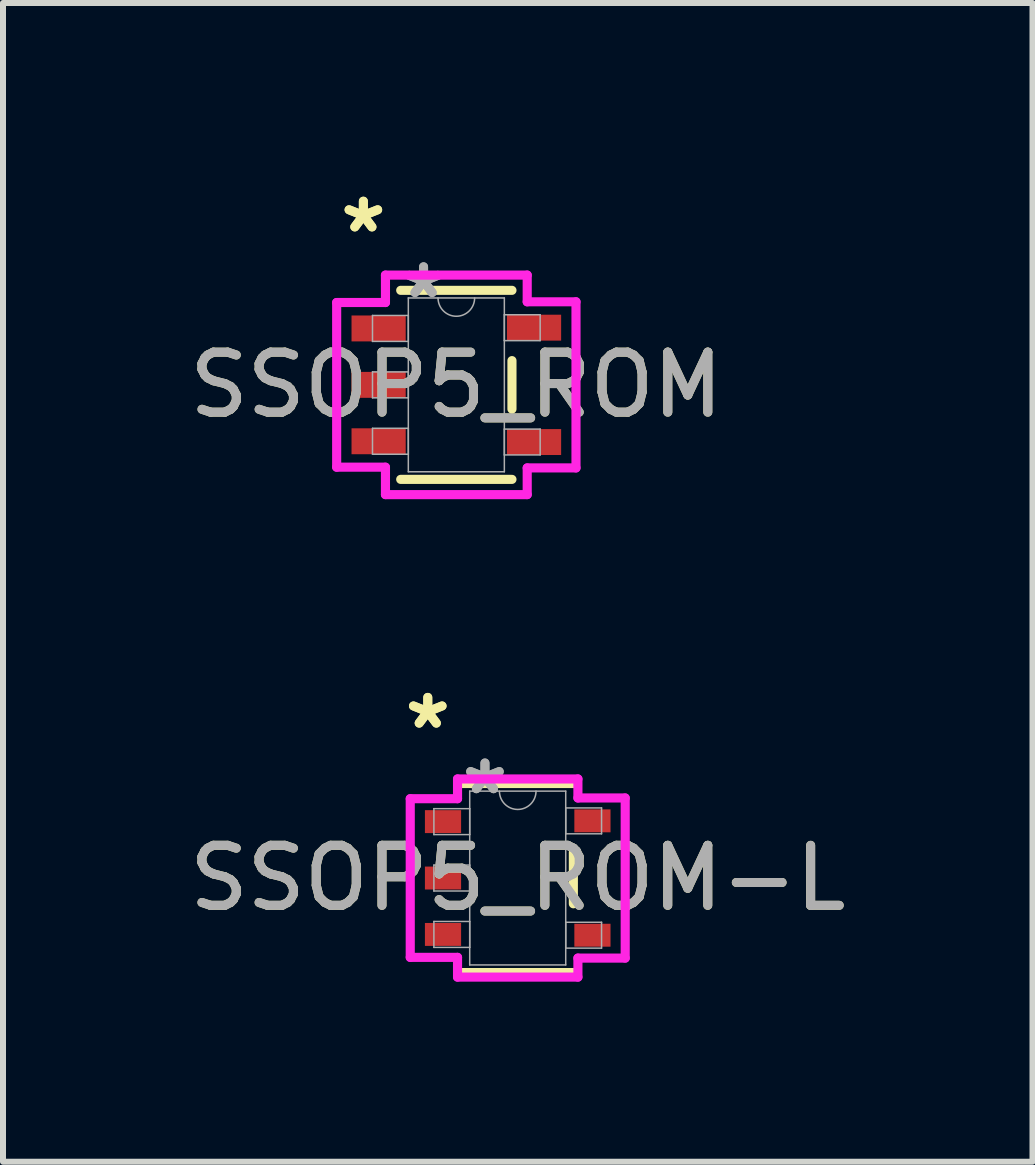
<source format=kicad_pcb>
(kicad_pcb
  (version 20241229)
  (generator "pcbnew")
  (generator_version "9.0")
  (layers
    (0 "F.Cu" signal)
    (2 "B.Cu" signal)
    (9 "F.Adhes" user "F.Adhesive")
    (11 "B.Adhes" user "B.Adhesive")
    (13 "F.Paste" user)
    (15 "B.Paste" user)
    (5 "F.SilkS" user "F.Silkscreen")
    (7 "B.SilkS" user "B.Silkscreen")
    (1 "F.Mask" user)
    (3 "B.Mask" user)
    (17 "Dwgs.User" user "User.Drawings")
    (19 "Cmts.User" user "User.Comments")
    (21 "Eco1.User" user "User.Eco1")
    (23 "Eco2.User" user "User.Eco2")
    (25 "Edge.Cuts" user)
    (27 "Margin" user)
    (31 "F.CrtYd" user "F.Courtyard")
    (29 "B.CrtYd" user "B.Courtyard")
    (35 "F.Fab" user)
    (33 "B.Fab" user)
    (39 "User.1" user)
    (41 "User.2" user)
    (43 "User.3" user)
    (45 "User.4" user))
  (footprint "SSOP5_ROM-L"
    (layer "F.Cu")
    (at 5.577 11.581)
    (property "Reference" "SSOP5_ROM-L" (at 0 0 0) (unlocked yes) (layer "F.SilkS") (effects (font (size 1 1) (thickness 0.15))))
    (attr smd)
    (fp_line (start -0.927 1.575) (end 0.927 1.575) (stroke (width 0.152) (type solid)) (layer "F.SilkS"))
    (fp_line (start 0.927 -1.575) (end -0.927 -1.575) (stroke (width 0.152) (type solid)) (layer "F.SilkS"))
    (fp_line (start 0.927 0.429) (end 0.927 -0.429) (stroke (width 0.152) (type solid)) (layer "F.SilkS"))
    (fp_line (start -1.791 -1.322) (end -1.003 -1.322) (stroke (width 0.152) (type solid)) (layer "F.CrtYd"))
    (fp_line (start -1.791 1.322) (end -1.791 -1.322) (stroke (width 0.152) (type solid)) (layer "F.CrtYd"))
    (fp_line (start -1.003 -1.651) (end 1.003 -1.651) (stroke (width 0.152) (type solid)) (layer "F.CrtYd"))
    (fp_line (start -1.003 -1.322) (end -1.003 -1.651) (stroke (width 0.152) (type solid)) (layer "F.CrtYd"))
    (fp_line (start -1.003 1.322) (end -1.791 1.322) (stroke (width 0.152) (type solid)) (layer "F.CrtYd"))
    (fp_line (start -1.003 1.651) (end -1.003 1.322) (stroke (width 0.152) (type solid)) (layer "F.CrtYd"))
    (fp_line (start 1.003 -1.651) (end 1.003 -1.334) (stroke (width 0.152) (type solid)) (layer "F.CrtYd"))
    (fp_line (start 1.003 -1.334) (end 1.791 -1.334) (stroke (width 0.152) (type solid)) (layer "F.CrtYd"))
    (fp_line (start 1.003 1.334) (end 1.003 1.651) (stroke (width 0.152) (type solid)) (layer "F.CrtYd"))
    (fp_line (start 1.003 1.651) (end -1.003 1.651) (stroke (width 0.152) (type solid)) (layer "F.CrtYd"))
    (fp_line (start 1.791 -1.334) (end 1.791 1.334) (stroke (width 0.152) (type solid)) (layer "F.CrtYd"))
    (fp_line (start 1.791 1.334) (end 1.003 1.334) (stroke (width 0.152) (type solid)) (layer "F.CrtYd"))
    (fp_line (start -1.397 -1.156) (end -1.397 -0.724) (stroke (width 0.025) (type solid)) (layer "F.Fab"))
    (fp_line (start -1.397 -0.724) (end -0.8 -0.724) (stroke (width 0.025) (type solid)) (layer "F.Fab"))
    (fp_line (start -1.397 -0.216) (end -1.397 0.216) (stroke (width 0.025) (type solid)) (layer "F.Fab"))
    (fp_line (start -1.397 0.216) (end -0.8 0.216) (stroke (width 0.025) (type solid)) (layer "F.Fab"))
    (fp_line (start -1.397 0.724) (end -1.397 1.156) (stroke (width 0.025) (type solid)) (layer "F.Fab"))
    (fp_line (start -1.397 1.156) (end -0.8 1.156) (stroke (width 0.025) (type solid)) (layer "F.Fab"))
    (fp_line (start -0.8 -1.448) (end -0.8 1.448) (stroke (width 0.025) (type solid)) (layer "F.Fab"))
    (fp_line (start -0.8 -1.156) (end -1.397 -1.156) (stroke (width 0.025) (type solid)) (layer "F.Fab"))
    (fp_line (start -0.8 -0.724) (end -0.8 -1.156) (stroke (width 0.025) (type solid)) (layer "F.Fab"))
    (fp_line (start -0.8 -0.216) (end -1.397 -0.216) (stroke (width 0.025) (type solid)) (layer "F.Fab"))
    (fp_line (start -0.8 0.216) (end -0.8 -0.216) (stroke (width 0.025) (type solid)) (layer "F.Fab"))
    (fp_line (start -0.8 0.724) (end -1.397 0.724) (stroke (width 0.025) (type solid)) (layer "F.Fab"))
    (fp_line (start -0.8 1.156) (end -0.8 0.724) (stroke (width 0.025) (type solid)) (layer "F.Fab"))
    (fp_line (start -0.8 1.448) (end 0.8 1.448) (stroke (width 0.025) (type solid)) (layer "F.Fab"))
    (fp_line (start 0.8 -1.448) (end -0.8 -1.448) (stroke (width 0.025) (type solid)) (layer "F.Fab"))
    (fp_line (start 0.8 -1.168) (end 0.8 -0.737) (stroke (width 0.025) (type solid)) (layer "F.Fab"))
    (fp_line (start 0.8 -0.737) (end 1.397 -0.737) (stroke (width 0.025) (type solid)) (layer "F.Fab"))
    (fp_line (start 0.8 0.737) (end 0.8 1.168) (stroke (width 0.025) (type solid)) (layer "F.Fab"))
    (fp_line (start 0.8 1.168) (end 1.397 1.168) (stroke (width 0.025) (type solid)) (layer "F.Fab"))
    (fp_line (start 0.8 1.448) (end 0.8 -1.448) (stroke (width 0.025) (type solid)) (layer "F.Fab"))
    (fp_line (start 1.397 -1.168) (end 0.8 -1.168) (stroke (width 0.025) (type solid)) (layer "F.Fab"))
    (fp_line (start 1.397 -0.737) (end 1.397 -1.168) (stroke (width 0.025) (type solid)) (layer "F.Fab"))
    (fp_line (start 1.397 0.737) (end 0.8 0.737) (stroke (width 0.025) (type solid)) (layer "F.Fab"))
    (fp_line (start 1.397 1.168) (end 1.397 0.737) (stroke (width 0.025) (type solid)) (layer "F.Fab"))
    (fp_arc (start 0.3048 -1.4478) (mid 0 -1.143) (end -0.3048 -1.4478) (stroke (width 0.0254) (type solid)) (layer "F.Fab"))
    (fp_text user "*" (at -1.499 -2.465 0) (unlocked yes) (layer "F.SilkS") (effects (font (size 1 1) (thickness 0.15))))
    (fp_text user "*" (at -1.499 -2.465 0) (layer "F.SilkS") (effects (font (size 1 1) (thickness 0.15))))
    (fp_text user "*" (at -0.546 -1.372 0) (layer "F.Fab") (effects (font (size 1 1) (thickness 0.15))))
    (fp_text user "${REFERENCE}" (at 0 0 0) (unlocked yes) (layer "F.Fab") (effects (font (size 1 1) (thickness 0.15))))
    (fp_text user "*" (at -0.546 -1.372 0) (unlocked yes) (layer "F.Fab") (effects (font (size 1 1) (thickness 0.15))))
    (pad "1" smd rect (at -1.245 -0.94) (size 0.603 0.382) (layers "F.Cu" "F.Mask" "F.Paste"))
    (pad "2" smd rect (at -1.245 0) (size 0.603 0.382) (layers "F.Cu" "F.Mask" "F.Paste"))
    (pad "3" smd rect (at -1.245 0.94) (size 0.603 0.382) (layers "F.Cu" "F.Mask" "F.Paste"))
    (pad "4" smd rect (at 1.245 0.953) (size 0.603 0.382) (layers "F.Cu" "F.Mask" "F.Paste"))
    (pad "5" smd rect (at 1.245 -0.953) (size 0.603 0.382) (layers "F.Cu" "F.Mask" "F.Paste")))
  (footprint "SSOP5_ROM"
    (layer "F.Cu")
    (at 4.554 3.363)
    (property "Reference" "SSOP5_ROM" (at 0 0 0) (unlocked yes) (layer "F.SilkS") (effects (font (size 1 1) (thickness 0.15))))
    (attr smd)
    (fp_line (start -0.927 1.575) (end 0.927 1.575) (stroke (width 0.152) (type solid)) (layer "F.SilkS"))
    (fp_line (start 0.927 -1.575) (end -0.927 -1.575) (stroke (width 0.152) (type solid)) (layer "F.SilkS"))
    (fp_line (start 0.927 0.404) (end 0.927 -0.404) (stroke (width 0.152) (type solid)) (layer "F.SilkS"))
    (fp_line (start -1.994 -1.372) (end -1.181 -1.372) (stroke (width 0.152) (type solid)) (layer "F.CrtYd"))
    (fp_line (start -1.994 1.372) (end -1.994 -1.372) (stroke (width 0.152) (type solid)) (layer "F.CrtYd"))
    (fp_line (start -1.181 -1.829) (end 1.181 -1.829) (stroke (width 0.152) (type solid)) (layer "F.CrtYd"))
    (fp_line (start -1.181 -1.372) (end -1.181 -1.829) (stroke (width 0.152) (type solid)) (layer "F.CrtYd"))
    (fp_line (start -1.181 1.372) (end -1.994 1.372) (stroke (width 0.152) (type solid)) (layer "F.CrtYd"))
    (fp_line (start -1.181 1.829) (end -1.181 1.372) (stroke (width 0.152) (type solid)) (layer "F.CrtYd"))
    (fp_line (start 1.181 -1.829) (end 1.181 -1.384) (stroke (width 0.152) (type solid)) (layer "F.CrtYd"))
    (fp_line (start 1.181 -1.384) (end 1.994 -1.384) (stroke (width 0.152) (type solid)) (layer "F.CrtYd"))
    (fp_line (start 1.181 1.384) (end 1.181 1.829) (stroke (width 0.152) (type solid)) (layer "F.CrtYd"))
    (fp_line (start 1.181 1.829) (end -1.181 1.829) (stroke (width 0.152) (type solid)) (layer "F.CrtYd"))
    (fp_line (start 1.994 -1.384) (end 1.994 1.384) (stroke (width 0.152) (type solid)) (layer "F.CrtYd"))
    (fp_line (start 1.994 1.384) (end 1.181 1.384) (stroke (width 0.152) (type solid)) (layer "F.CrtYd"))
    (fp_line (start -1.397 -1.156) (end -1.397 -0.724) (stroke (width 0.025) (type solid)) (layer "F.Fab"))
    (fp_line (start -1.397 -0.724) (end -0.8 -0.724) (stroke (width 0.025) (type solid)) (layer "F.Fab"))
    (fp_line (start -1.397 -0.216) (end -1.397 0.216) (stroke (width 0.025) (type solid)) (layer "F.Fab"))
    (fp_line (start -1.397 0.216) (end -0.8 0.216) (stroke (width 0.025) (type solid)) (layer "F.Fab"))
    (fp_line (start -1.397 0.724) (end -1.397 1.156) (stroke (width 0.025) (type solid)) (layer "F.Fab"))
    (fp_line (start -1.397 1.156) (end -0.8 1.156) (stroke (width 0.025) (type solid)) (layer "F.Fab"))
    (fp_line (start -0.8 -1.448) (end -0.8 1.448) (stroke (width 0.025) (type solid)) (layer "F.Fab"))
    (fp_line (start -0.8 -1.156) (end -1.397 -1.156) (stroke (width 0.025) (type solid)) (layer "F.Fab"))
    (fp_line (start -0.8 -0.724) (end -0.8 -1.156) (stroke (width 0.025) (type solid)) (layer "F.Fab"))
    (fp_line (start -0.8 -0.216) (end -1.397 -0.216) (stroke (width 0.025) (type solid)) (layer "F.Fab"))
    (fp_line (start -0.8 0.216) (end -0.8 -0.216) (stroke (width 0.025) (type solid)) (layer "F.Fab"))
    (fp_line (start -0.8 0.724) (end -1.397 0.724) (stroke (width 0.025) (type solid)) (layer "F.Fab"))
    (fp_line (start -0.8 1.156) (end -0.8 0.724) (stroke (width 0.025) (type solid)) (layer "F.Fab"))
    (fp_line (start -0.8 1.448) (end 0.8 1.448) (stroke (width 0.025) (type solid)) (layer "F.Fab"))
    (fp_line (start 0.8 -1.448) (end -0.8 -1.448) (stroke (width 0.025) (type solid)) (layer "F.Fab"))
    (fp_line (start 0.8 -1.168) (end 0.8 -0.737) (stroke (width 0.025) (type solid)) (layer "F.Fab"))
    (fp_line (start 0.8 -0.737) (end 1.397 -0.737) (stroke (width 0.025) (type solid)) (layer "F.Fab"))
    (fp_line (start 0.8 0.737) (end 0.8 1.168) (stroke (width 0.025) (type solid)) (layer "F.Fab"))
    (fp_line (start 0.8 1.168) (end 1.397 1.168) (stroke (width 0.025) (type solid)) (layer "F.Fab"))
    (fp_line (start 0.8 1.448) (end 0.8 -1.448) (stroke (width 0.025) (type solid)) (layer "F.Fab"))
    (fp_line (start 1.397 -1.168) (end 0.8 -1.168) (stroke (width 0.025) (type solid)) (layer "F.Fab"))
    (fp_line (start 1.397 -0.737) (end 1.397 -1.168) (stroke (width 0.025) (type solid)) (layer "F.Fab"))
    (fp_line (start 1.397 0.737) (end 0.8 0.737) (stroke (width 0.025) (type solid)) (layer "F.Fab"))
    (fp_line (start 1.397 1.168) (end 1.397 0.737) (stroke (width 0.025) (type solid)) (layer "F.Fab"))
    (fp_arc (start 0.3048 -1.4478) (mid 0 -1.143) (end -0.3048 -1.4478) (stroke (width 0.0254) (type solid)) (layer "F.Fab"))
    (fp_text user "*" (at -1.549 -2.515 0) (unlocked yes) (layer "F.SilkS") (effects (font (size 1 1) (thickness 0.15))))
    (fp_text user "*" (at -1.549 -2.515 0) (layer "F.SilkS") (effects (font (size 1 1) (thickness 0.15))))
    (fp_text user "${REFERENCE}" (at 0 0 0) (unlocked yes) (layer "F.Fab") (effects (font (size 1 1) (thickness 0.15))))
    (fp_text user "*" (at -0.546 -1.422 0) (unlocked yes) (layer "F.Fab") (effects (font (size 1 1) (thickness 0.15))))
    (fp_text user "*" (at -0.546 -1.422 0) (layer "F.Fab") (effects (font (size 1 1) (thickness 0.15))))
    (pad "1" smd rect (at -1.295 -0.94) (size 0.903 0.432) (layers "F.Cu" "F.Mask" "F.Paste"))
    (pad "2" smd rect (at -1.295 0) (size 0.903 0.432) (layers "F.Cu" "F.Mask" "F.Paste"))
    (pad "3" smd rect (at -1.295 0.94) (size 0.903 0.432) (layers "F.Cu" "F.Mask" "F.Paste"))
    (pad "4" smd rect (at 1.295 0.953) (size 0.903 0.432) (layers "F.Cu" "F.Mask" "F.Paste"))
    (pad "5" smd rect (at 1.295 -0.953) (size 0.903 0.432) (layers "F.Cu" "F.Mask" "F.Paste")))
  (gr_rect
    (start -3 -3)
    (end 14.155 16.308)
    (stroke (width 0.1) (type default))
    (fill no)
    (layer "Edge.Cuts")))
</source>
